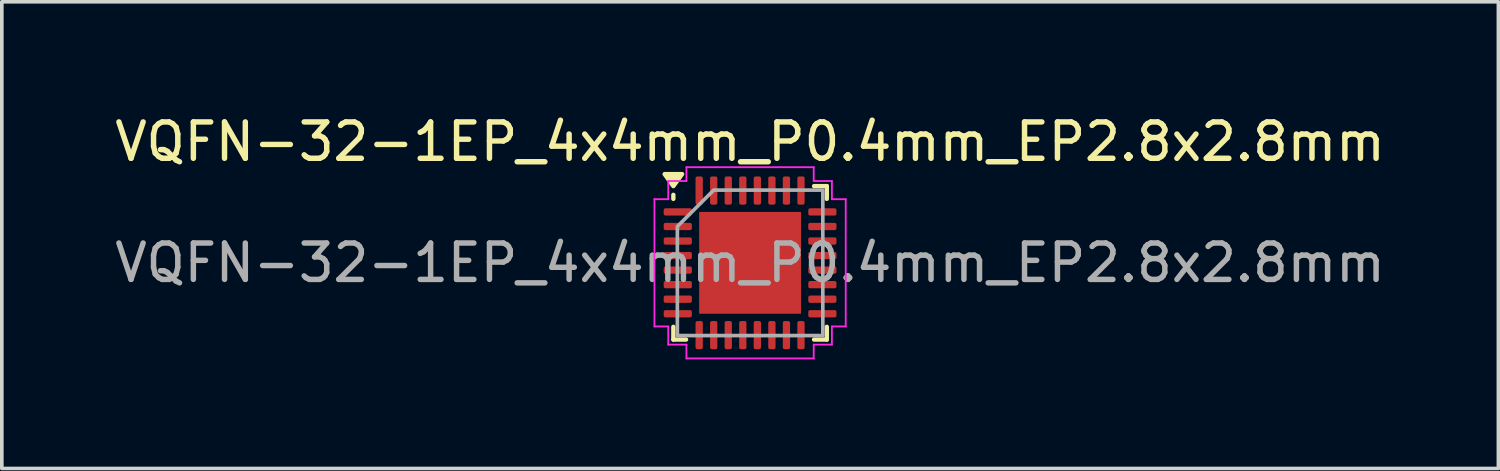
<source format=kicad_pcb>
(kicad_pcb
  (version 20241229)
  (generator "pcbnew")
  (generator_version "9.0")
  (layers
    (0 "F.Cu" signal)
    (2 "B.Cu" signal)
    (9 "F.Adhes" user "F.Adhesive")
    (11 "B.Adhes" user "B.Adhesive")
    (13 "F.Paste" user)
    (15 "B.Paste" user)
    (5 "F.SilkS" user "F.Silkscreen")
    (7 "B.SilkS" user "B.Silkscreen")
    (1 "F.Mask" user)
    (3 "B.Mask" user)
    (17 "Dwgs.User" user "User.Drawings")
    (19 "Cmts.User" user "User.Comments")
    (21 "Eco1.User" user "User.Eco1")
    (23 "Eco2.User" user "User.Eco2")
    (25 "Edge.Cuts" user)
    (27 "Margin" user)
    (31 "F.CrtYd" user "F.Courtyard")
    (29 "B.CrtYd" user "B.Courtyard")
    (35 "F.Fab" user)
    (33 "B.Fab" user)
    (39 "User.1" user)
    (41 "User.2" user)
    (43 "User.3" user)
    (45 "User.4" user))
  (footprint "VQFN-32-1EP_4x4mm_P0.4mm_EP2.8x2.8mm"
    (layer "F.Cu")
    (at 17.577 4.178)
    (property "Reference" "VQFN-32-1EP_4x4mm_P0.4mm_EP2.8x2.8mm" (at 0 -3.33 0) (layer "F.SilkS") (effects (font (size 1 1) (thickness 0.15))))
    (attr smd)
    (fp_line (start -2.11 -1.76) (end -2.11 -1.87) (stroke (width 0.12) (type solid)) (layer "F.SilkS"))
    (fp_line (start -2.11 2.11) (end -2.11 1.76) (stroke (width 0.12) (type solid)) (layer "F.SilkS"))
    (fp_line (start -1.76 2.11) (end -2.11 2.11) (stroke (width 0.12) (type solid)) (layer "F.SilkS"))
    (fp_line (start 1.76 -2.11) (end 2.11 -2.11) (stroke (width 0.12) (type solid)) (layer "F.SilkS"))
    (fp_line (start 1.76 2.11) (end 2.11 2.11) (stroke (width 0.12) (type solid)) (layer "F.SilkS"))
    (fp_line (start 2.11 -2.11) (end 2.11 -1.76) (stroke (width 0.12) (type solid)) (layer "F.SilkS"))
    (fp_line (start 2.11 2.11) (end 2.11 1.76) (stroke (width 0.12) (type solid)) (layer "F.SilkS"))
    (fp_poly (pts (xy -2.11 -2.11) (xy -2.35 -2.44) (xy -1.87 -2.44)) (stroke (width 0.12) (type solid)) (fill yes) (layer "F.SilkS"))
    (fp_line (start -2.63 -1.75) (end -2.25 -1.75) (stroke (width 0.05) (type solid)) (layer "F.CrtYd"))
    (fp_line (start -2.63 1.75) (end -2.63 -1.75) (stroke (width 0.05) (type solid)) (layer "F.CrtYd"))
    (fp_line (start -2.25 -2.25) (end -1.75 -2.25) (stroke (width 0.05) (type solid)) (layer "F.CrtYd"))
    (fp_line (start -2.25 -1.75) (end -2.25 -2.25) (stroke (width 0.05) (type solid)) (layer "F.CrtYd"))
    (fp_line (start -2.25 1.75) (end -2.63 1.75) (stroke (width 0.05) (type solid)) (layer "F.CrtYd"))
    (fp_line (start -2.25 2.25) (end -2.25 1.75) (stroke (width 0.05) (type solid)) (layer "F.CrtYd"))
    (fp_line (start -1.75 -2.63) (end 1.75 -2.63) (stroke (width 0.05) (type solid)) (layer "F.CrtYd"))
    (fp_line (start -1.75 -2.25) (end -1.75 -2.63) (stroke (width 0.05) (type solid)) (layer "F.CrtYd"))
    (fp_line (start -1.75 2.25) (end -2.25 2.25) (stroke (width 0.05) (type solid)) (layer "F.CrtYd"))
    (fp_line (start -1.75 2.63) (end -1.75 2.25) (stroke (width 0.05) (type solid)) (layer "F.CrtYd"))
    (fp_line (start 1.75 -2.63) (end 1.75 -2.25) (stroke (width 0.05) (type solid)) (layer "F.CrtYd"))
    (fp_line (start 1.75 -2.25) (end 2.25 -2.25) (stroke (width 0.05) (type solid)) (layer "F.CrtYd"))
    (fp_line (start 1.75 2.25) (end 1.75 2.63) (stroke (width 0.05) (type solid)) (layer "F.CrtYd"))
    (fp_line (start 1.75 2.63) (end -1.75 2.63) (stroke (width 0.05) (type solid)) (layer "F.CrtYd"))
    (fp_line (start 2.25 -2.25) (end 2.25 -1.75) (stroke (width 0.05) (type solid)) (layer "F.CrtYd"))
    (fp_line (start 2.25 -1.75) (end 2.63 -1.75) (stroke (width 0.05) (type solid)) (layer "F.CrtYd"))
    (fp_line (start 2.25 1.75) (end 2.25 2.25) (stroke (width 0.05) (type solid)) (layer "F.CrtYd"))
    (fp_line (start 2.25 2.25) (end 1.75 2.25) (stroke (width 0.05) (type solid)) (layer "F.CrtYd"))
    (fp_line (start 2.63 -1.75) (end 2.63 1.75) (stroke (width 0.05) (type solid)) (layer "F.CrtYd"))
    (fp_line (start 2.63 1.75) (end 2.25 1.75) (stroke (width 0.05) (type solid)) (layer "F.CrtYd"))
    (fp_poly (pts (xy -2 -1) (xy -2 2) (xy 2 2) (xy 2 -2) (xy -1 -2)) (stroke (width 0.1) (type solid)) (fill no) (layer "F.Fab"))
    (fp_text user "${REFERENCE}" (at 0 0 0) (layer "F.Fab") (effects (font (size 1 1) (thickness 0.15))))
    (pad "" smd roundrect (at -0.7 -0.7) (size 1.13 1.13) (layers "F.Paste") (roundrect_rratio 0.221))
    (pad "" smd roundrect (at -0.7 0.7) (size 1.13 1.13) (layers "F.Paste") (roundrect_rratio 0.221))
    (pad "" smd roundrect (at 0.7 -0.7) (size 1.13 1.13) (layers "F.Paste") (roundrect_rratio 0.221))
    (pad "" smd roundrect (at 0.7 0.7) (size 1.13 1.13) (layers "F.Paste") (roundrect_rratio 0.221))
    (pad "1" smd roundrect (at -1.988 -1.4) (size 0.775 0.2) (layers "F.Cu" "F.Mask" "F.Paste") (roundrect_rratio 0.25))
    (pad "2" smd roundrect (at -1.988 -1) (size 0.775 0.2) (layers "F.Cu" "F.Mask" "F.Paste") (roundrect_rratio 0.25))
    (pad "3" smd roundrect (at -1.988 -0.6) (size 0.775 0.2) (layers "F.Cu" "F.Mask" "F.Paste") (roundrect_rratio 0.25))
    (pad "4" smd roundrect (at -1.988 -0.2) (size 0.775 0.2) (layers "F.Cu" "F.Mask" "F.Paste") (roundrect_rratio 0.25))
    (pad "5" smd roundrect (at -1.988 0.2) (size 0.775 0.2) (layers "F.Cu" "F.Mask" "F.Paste") (roundrect_rratio 0.25))
    (pad "6" smd roundrect (at -1.988 0.6) (size 0.775 0.2) (layers "F.Cu" "F.Mask" "F.Paste") (roundrect_rratio 0.25))
    (pad "7" smd roundrect (at -1.988 1) (size 0.775 0.2) (layers "F.Cu" "F.Mask" "F.Paste") (roundrect_rratio 0.25))
    (pad "8" smd roundrect (at -1.988 1.4) (size 0.775 0.2) (layers "F.Cu" "F.Mask" "F.Paste") (roundrect_rratio 0.25))
    (pad "9" smd roundrect (at -1.4 1.988) (size 0.2 0.775) (layers "F.Cu" "F.Mask" "F.Paste") (roundrect_rratio 0.25))
    (pad "10" smd roundrect (at -1 1.988) (size 0.2 0.775) (layers "F.Cu" "F.Mask" "F.Paste") (roundrect_rratio 0.25))
    (pad "11" smd roundrect (at -0.6 1.988) (size 0.2 0.775) (layers "F.Cu" "F.Mask" "F.Paste") (roundrect_rratio 0.25))
    (pad "12" smd roundrect (at -0.2 1.988) (size 0.2 0.775) (layers "F.Cu" "F.Mask" "F.Paste") (roundrect_rratio 0.25))
    (pad "13" smd roundrect (at 0.2 1.988) (size 0.2 0.775) (layers "F.Cu" "F.Mask" "F.Paste") (roundrect_rratio 0.25))
    (pad "14" smd roundrect (at 0.6 1.988) (size 0.2 0.775) (layers "F.Cu" "F.Mask" "F.Paste") (roundrect_rratio 0.25))
    (pad "15" smd roundrect (at 1 1.988) (size 0.2 0.775) (layers "F.Cu" "F.Mask" "F.Paste") (roundrect_rratio 0.25))
    (pad "16" smd roundrect (at 1.4 1.988) (size 0.2 0.775) (layers "F.Cu" "F.Mask" "F.Paste") (roundrect_rratio 0.25))
    (pad "17" smd roundrect (at 1.988 1.4) (size 0.775 0.2) (layers "F.Cu" "F.Mask" "F.Paste") (roundrect_rratio 0.25))
    (pad "18" smd roundrect (at 1.988 1) (size 0.775 0.2) (layers "F.Cu" "F.Mask" "F.Paste") (roundrect_rratio 0.25))
    (pad "19" smd roundrect (at 1.988 0.6) (size 0.775 0.2) (layers "F.Cu" "F.Mask" "F.Paste") (roundrect_rratio 0.25))
    (pad "20" smd roundrect (at 1.988 0.2) (size 0.775 0.2) (layers "F.Cu" "F.Mask" "F.Paste") (roundrect_rratio 0.25))
    (pad "21" smd roundrect (at 1.988 -0.2) (size 0.775 0.2) (layers "F.Cu" "F.Mask" "F.Paste") (roundrect_rratio 0.25))
    (pad "22" smd roundrect (at 1.988 -0.6) (size 0.775 0.2) (layers "F.Cu" "F.Mask" "F.Paste") (roundrect_rratio 0.25))
    (pad "23" smd roundrect (at 1.988 -1) (size 0.775 0.2) (layers "F.Cu" "F.Mask" "F.Paste") (roundrect_rratio 0.25))
    (pad "24" smd roundrect (at 1.988 -1.4) (size 0.775 0.2) (layers "F.Cu" "F.Mask" "F.Paste") (roundrect_rratio 0.25))
    (pad "25" smd roundrect (at 1.4 -1.988) (size 0.2 0.775) (layers "F.Cu" "F.Mask" "F.Paste") (roundrect_rratio 0.25))
    (pad "26" smd roundrect (at 1 -1.988) (size 0.2 0.775) (layers "F.Cu" "F.Mask" "F.Paste") (roundrect_rratio 0.25))
    (pad "27" smd roundrect (at 0.6 -1.988) (size 0.2 0.775) (layers "F.Cu" "F.Mask" "F.Paste") (roundrect_rratio 0.25))
    (pad "28" smd roundrect (at 0.2 -1.988) (size 0.2 0.775) (layers "F.Cu" "F.Mask" "F.Paste") (roundrect_rratio 0.25))
    (pad "29" smd roundrect (at -0.2 -1.988) (size 0.2 0.775) (layers "F.Cu" "F.Mask" "F.Paste") (roundrect_rratio 0.25))
    (pad "30" smd roundrect (at -0.6 -1.988) (size 0.2 0.775) (layers "F.Cu" "F.Mask" "F.Paste") (roundrect_rratio 0.25))
    (pad "31" smd roundrect (at -1 -1.988) (size 0.2 0.775) (layers "F.Cu" "F.Mask" "F.Paste") (roundrect_rratio 0.25))
    (pad "32" smd roundrect (at -1.4 -1.988) (size 0.2 0.775) (layers "F.Cu" "F.Mask" "F.Paste") (roundrect_rratio 0.25))
    (pad "33" smd rect (at 0 0) (size 2.8 2.8) (property pad_prop_heatsink) (layers "F.Cu" "F.Mask")))
  (gr_rect
    (start -3 -3)
    (end 38.155 9.833)
    (stroke (width 0.1) (type default))
    (fill no)
    (layer "Edge.Cuts")))
</source>
